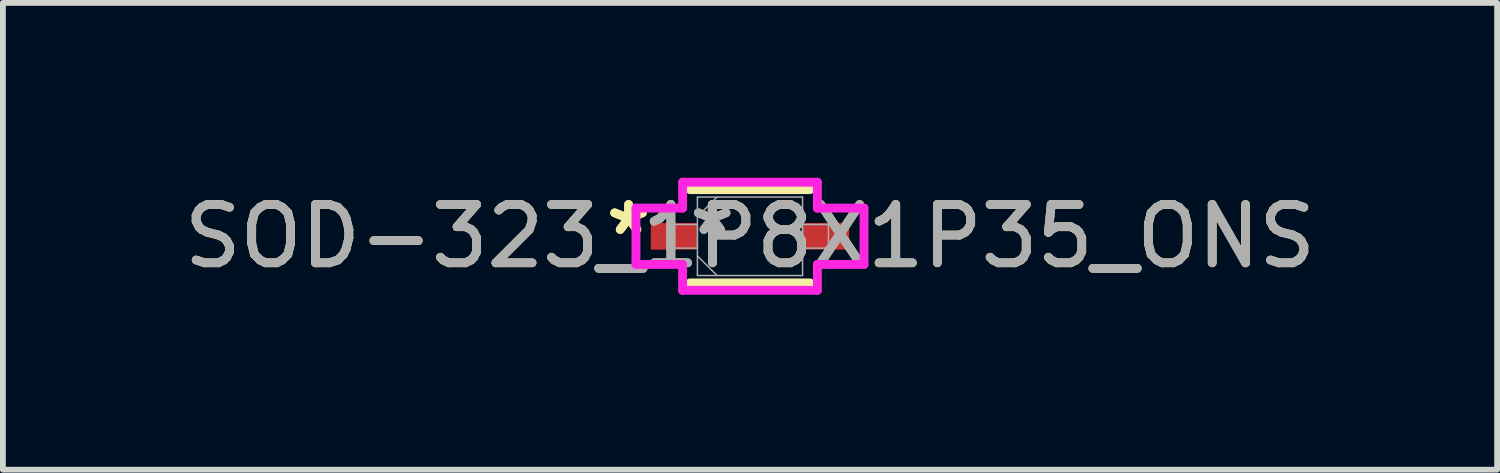
<source format=kicad_pcb>
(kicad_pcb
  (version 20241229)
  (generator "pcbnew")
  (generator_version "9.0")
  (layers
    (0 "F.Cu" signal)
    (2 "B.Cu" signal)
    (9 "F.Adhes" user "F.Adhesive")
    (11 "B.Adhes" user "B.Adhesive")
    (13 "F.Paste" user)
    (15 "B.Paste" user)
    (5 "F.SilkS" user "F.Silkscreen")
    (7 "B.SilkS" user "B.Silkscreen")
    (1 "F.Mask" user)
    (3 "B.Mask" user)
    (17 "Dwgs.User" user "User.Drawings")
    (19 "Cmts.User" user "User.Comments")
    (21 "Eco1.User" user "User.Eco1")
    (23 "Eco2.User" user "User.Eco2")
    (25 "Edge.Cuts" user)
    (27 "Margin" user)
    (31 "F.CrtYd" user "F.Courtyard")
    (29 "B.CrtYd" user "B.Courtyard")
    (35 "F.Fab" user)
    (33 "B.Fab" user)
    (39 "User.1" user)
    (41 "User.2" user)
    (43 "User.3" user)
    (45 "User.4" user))
  (footprint "SOD-323_1P8X1P35_ONS"
    (layer "F.Cu")
    (at 9.815 1.003)
    (property "Reference" "SOD-323_1P8X1P35_ONS" (at 0 0 0) (unlocked yes) (layer "F.SilkS") (effects (font (size 1 1) (thickness 0.15))))
    (attr smd)
    (fp_line (start -1.029 0.8) (end 1.029 0.8) (stroke (width 0.152) (type solid)) (layer "F.SilkS"))
    (fp_line (start 1.029 -0.8) (end -1.029 -0.8) (stroke (width 0.152) (type solid)) (layer "F.SilkS"))
    (fp_line (start -1.956 -0.483) (end -1.156 -0.483) (stroke (width 0.152) (type solid)) (layer "F.CrtYd"))
    (fp_line (start -1.956 0.483) (end -1.956 -0.483) (stroke (width 0.152) (type solid)) (layer "F.CrtYd"))
    (fp_line (start -1.156 -0.927) (end 1.156 -0.927) (stroke (width 0.152) (type solid)) (layer "F.CrtYd"))
    (fp_line (start -1.156 -0.483) (end -1.156 -0.927) (stroke (width 0.152) (type solid)) (layer "F.CrtYd"))
    (fp_line (start -1.156 0.483) (end -1.956 0.483) (stroke (width 0.152) (type solid)) (layer "F.CrtYd"))
    (fp_line (start -1.156 0.927) (end -1.156 0.483) (stroke (width 0.152) (type solid)) (layer "F.CrtYd"))
    (fp_line (start 1.156 -0.927) (end 1.156 -0.483) (stroke (width 0.152) (type solid)) (layer "F.CrtYd"))
    (fp_line (start 1.156 -0.483) (end 1.956 -0.483) (stroke (width 0.152) (type solid)) (layer "F.CrtYd"))
    (fp_line (start 1.156 0.483) (end 1.156 0.927) (stroke (width 0.152) (type solid)) (layer "F.CrtYd"))
    (fp_line (start 1.156 0.927) (end -1.156 0.927) (stroke (width 0.152) (type solid)) (layer "F.CrtYd"))
    (fp_line (start 1.956 -0.483) (end 1.956 0.483) (stroke (width 0.152) (type solid)) (layer "F.CrtYd"))
    (fp_line (start 1.956 0.483) (end 1.156 0.483) (stroke (width 0.152) (type solid)) (layer "F.CrtYd"))
    (fp_line (start -1.346 -0.203) (end -1.346 0.203) (stroke (width 0.025) (type solid)) (layer "F.Fab"))
    (fp_line (start -1.346 0.203) (end -0.902 0.203) (stroke (width 0.025) (type solid)) (layer "F.Fab"))
    (fp_line (start -0.902 -0.673) (end -0.902 0.673) (stroke (width 0.025) (type solid)) (layer "F.Fab"))
    (fp_line (start -0.902 -0.337) (end -0.565 -0.673) (stroke (width 0.025) (type solid)) (layer "F.Fab"))
    (fp_line (start -0.902 -0.203) (end -1.346 -0.203) (stroke (width 0.025) (type solid)) (layer "F.Fab"))
    (fp_line (start -0.902 0.203) (end -0.902 -0.203) (stroke (width 0.025) (type solid)) (layer "F.Fab"))
    (fp_line (start -0.902 0.337) (end -0.565 0.673) (stroke (width 0.025) (type solid)) (layer "F.Fab"))
    (fp_line (start -0.902 0.673) (end 0.902 0.673) (stroke (width 0.025) (type solid)) (layer "F.Fab"))
    (fp_line (start 0.902 -0.673) (end -0.902 -0.673) (stroke (width 0.025) (type solid)) (layer "F.Fab"))
    (fp_line (start 0.902 -0.203) (end 0.902 0.203) (stroke (width 0.025) (type solid)) (layer "F.Fab"))
    (fp_line (start 0.902 0.203) (end 1.346 0.203) (stroke (width 0.025) (type solid)) (layer "F.Fab"))
    (fp_line (start 0.902 0.673) (end 0.902 -0.673) (stroke (width 0.025) (type solid)) (layer "F.Fab"))
    (fp_line (start 1.346 -0.203) (end 0.902 -0.203) (stroke (width 0.025) (type solid)) (layer "F.Fab"))
    (fp_line (start 1.346 0.203) (end 1.346 -0.203) (stroke (width 0.025) (type solid)) (layer "F.Fab"))
    (fp_text user "*" (at -2.083 0 0) (unlocked yes) (layer "F.SilkS") (effects (font (size 1 1) (thickness 0.15))))
    (fp_text user "*" (at -2.083 0 0) (layer "F.SilkS") (effects (font (size 1 1) (thickness 0.15))))
    (fp_text user "${REFERENCE}" (at 0 0 0) (unlocked yes) (layer "F.Fab") (effects (font (size 1 1) (thickness 0.15))))
    (fp_text user "*" (at -0.648 0 0) (layer "F.Fab") (effects (font (size 1 1) (thickness 0.15))))
    (fp_text user "*" (at -0.648 0 0) (unlocked yes) (layer "F.Fab") (effects (font (size 1 1) (thickness 0.15))))
    (pad "1" smd rect (at -1.308 0) (size 0.787 0.457) (layers "F.Cu" "F.Mask" "F.Paste"))
    (pad "2" smd rect (at 1.308 0) (size 0.787 0.457) (layers "F.Cu" "F.Mask" "F.Paste")))
  (gr_rect
    (start -3 -3)
    (end 22.631 5.007)
    (stroke (width 0.1) (type default))
    (fill no)
    (layer "Edge.Cuts")))
</source>
